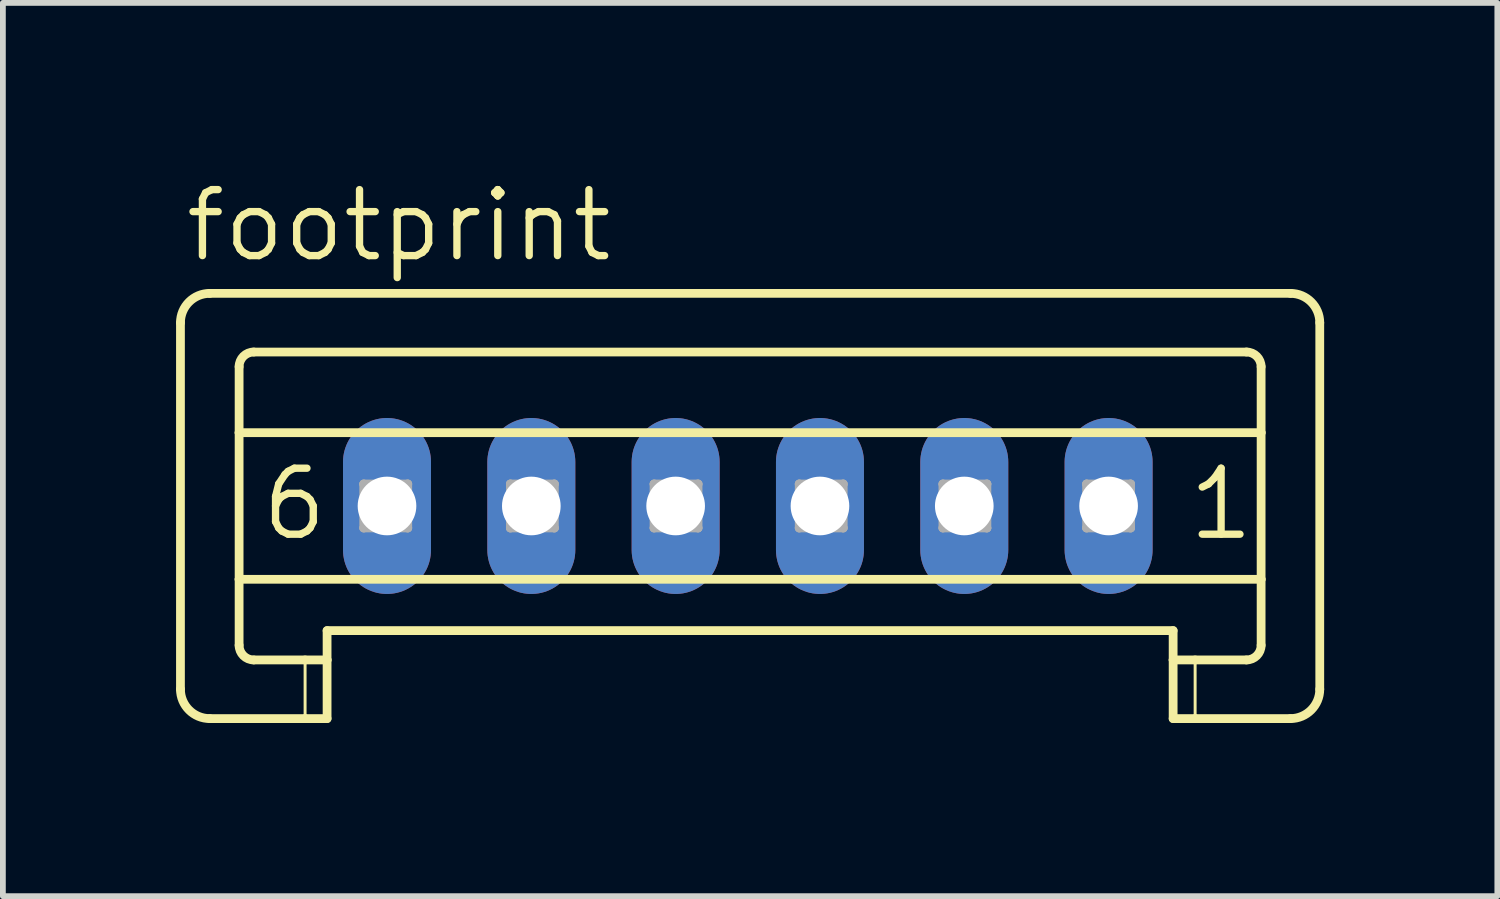
<source format=kicad_pcb>
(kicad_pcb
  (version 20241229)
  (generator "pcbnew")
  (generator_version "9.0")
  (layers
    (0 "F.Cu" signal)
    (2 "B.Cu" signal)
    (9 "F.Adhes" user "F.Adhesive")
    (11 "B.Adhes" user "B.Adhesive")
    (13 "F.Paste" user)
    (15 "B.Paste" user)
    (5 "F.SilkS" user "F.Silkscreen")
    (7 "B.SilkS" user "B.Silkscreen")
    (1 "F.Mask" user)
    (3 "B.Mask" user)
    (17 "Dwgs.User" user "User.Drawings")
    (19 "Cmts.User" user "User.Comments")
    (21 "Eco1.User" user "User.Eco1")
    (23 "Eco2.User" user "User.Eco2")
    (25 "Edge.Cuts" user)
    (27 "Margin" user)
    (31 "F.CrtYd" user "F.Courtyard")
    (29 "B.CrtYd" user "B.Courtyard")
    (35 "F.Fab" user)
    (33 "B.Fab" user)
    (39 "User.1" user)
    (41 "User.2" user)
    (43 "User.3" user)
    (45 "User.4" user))
  (footprint "footprint"
    (layer "F.Cu")
    (at 9.904 5.715)
    (property "Reference" "footprint" (at -9.803 -4.191 0) (layer "F.SilkS") (effects (font (size 1.143 1.143) (thickness 0.127)) (justify left bottom)))
    (fp_line (start -9.828 -3.175) (end -9.828 3.175) (stroke (width 0.152) (type solid)) (layer "F.SilkS"))
    (fp_line (start -9.32 -3.683) (end 9.4 -3.683) (stroke (width 0.152) (type solid)) (layer "F.SilkS"))
    (fp_line (start -8.812 -1.27) (end -8.812 -2.413) (stroke (width 0.152) (type solid)) (layer "F.SilkS"))
    (fp_line (start -8.812 -1.27) (end 8.892 -1.27) (stroke (width 0.152) (type solid)) (layer "F.SilkS"))
    (fp_line (start -8.812 1.27) (end -8.812 -1.27) (stroke (width 0.152) (type solid)) (layer "F.SilkS"))
    (fp_line (start -8.812 1.27) (end 8.892 1.27) (stroke (width 0.152) (type solid)) (layer "F.SilkS"))
    (fp_line (start -8.812 2.413) (end -8.812 1.27) (stroke (width 0.152) (type solid)) (layer "F.SilkS"))
    (fp_line (start -8.558 -2.667) (end 8.638 -2.667) (stroke (width 0.152) (type solid)) (layer "F.SilkS"))
    (fp_line (start -8.558 2.667) (end -7.669 2.667) (stroke (width 0.152) (type solid)) (layer "F.SilkS"))
    (fp_line (start -7.669 2.667) (end -7.669 3.683) (stroke (width 0.051) (type solid)) (layer "F.SilkS"))
    (fp_line (start -7.669 2.667) (end -7.288 2.667) (stroke (width 0.152) (type solid)) (layer "F.SilkS"))
    (fp_line (start -7.669 3.683) (end -9.32 3.683) (stroke (width 0.152) (type solid)) (layer "F.SilkS"))
    (fp_line (start -7.288 2.159) (end 7.368 2.159) (stroke (width 0.152) (type solid)) (layer "F.SilkS"))
    (fp_line (start -7.288 2.667) (end -7.288 2.159) (stroke (width 0.152) (type solid)) (layer "F.SilkS"))
    (fp_line (start -7.288 2.667) (end -7.288 3.683) (stroke (width 0.152) (type solid)) (layer "F.SilkS"))
    (fp_line (start -7.288 3.683) (end -7.669 3.683) (stroke (width 0.152) (type solid)) (layer "F.SilkS"))
    (fp_line (start 7.368 2.667) (end 7.368 2.159) (stroke (width 0.152) (type solid)) (layer "F.SilkS"))
    (fp_line (start 7.368 2.667) (end 7.749 2.667) (stroke (width 0.152) (type solid)) (layer "F.SilkS"))
    (fp_line (start 7.368 3.683) (end 7.368 2.667) (stroke (width 0.152) (type solid)) (layer "F.SilkS"))
    (fp_line (start 7.749 2.667) (end 7.749 3.683) (stroke (width 0.051) (type solid)) (layer "F.SilkS"))
    (fp_line (start 7.749 2.667) (end 8.638 2.667) (stroke (width 0.152) (type solid)) (layer "F.SilkS"))
    (fp_line (start 7.749 3.683) (end 7.368 3.683) (stroke (width 0.152) (type solid)) (layer "F.SilkS"))
    (fp_line (start 8.892 -1.27) (end 8.892 -2.413) (stroke (width 0.152) (type solid)) (layer "F.SilkS"))
    (fp_line (start 8.892 1.27) (end 8.892 -1.27) (stroke (width 0.152) (type solid)) (layer "F.SilkS"))
    (fp_line (start 8.892 2.413) (end 8.892 1.27) (stroke (width 0.152) (type solid)) (layer "F.SilkS"))
    (fp_line (start 9.4 3.683) (end 7.749 3.683) (stroke (width 0.152) (type solid)) (layer "F.SilkS"))
    (fp_line (start 9.908 -3.175) (end 9.908 3.175) (stroke (width 0.152) (type solid)) (layer "F.SilkS"))
    (fp_arc (start -9.828 -3.175) (mid -9.67921 -3.53421) (end -9.32 -3.683) (stroke (width 0.1524) (type solid)) (layer "F.SilkS"))
    (fp_arc (start -9.32 3.683) (mid -9.67921 3.53421) (end -9.828 3.175) (stroke (width 0.1524) (type solid)) (layer "F.SilkS"))
    (fp_arc (start -8.812 -2.413) (mid -8.737605 -2.592605) (end -8.558 -2.667) (stroke (width 0.1524) (type solid)) (layer "F.SilkS"))
    (fp_arc (start -8.558 2.667) (mid -8.737605 2.592605) (end -8.812 2.413) (stroke (width 0.1524) (type solid)) (layer "F.SilkS"))
    (fp_arc (start 8.638 -2.667) (mid 8.817605 -2.592605) (end 8.892 -2.413) (stroke (width 0.1524) (type solid)) (layer "F.SilkS"))
    (fp_arc (start 8.892 2.413) (mid 8.817605 2.592605) (end 8.638 2.667) (stroke (width 0.1524) (type solid)) (layer "F.SilkS"))
    (fp_arc (start 9.4 -3.683) (mid 9.75921 -3.53421) (end 9.908 -3.175) (stroke (width 0.1524) (type solid)) (layer "F.SilkS"))
    (fp_arc (start 9.908 3.175) (mid 9.75921 3.53421) (end 9.4 3.683) (stroke (width 0.1524) (type solid)) (layer "F.SilkS"))
    (fp_line (start -6.653 -0.381) (end -6.653 0.381) (stroke (width 0.152) (type solid)) (layer "F.Fab"))
    (fp_line (start -6.653 -0.381) (end -5.891 0.381) (stroke (width 0.152) (type solid)) (layer "F.Fab"))
    (fp_line (start -6.653 0.381) (end -5.891 0.381) (stroke (width 0.152) (type solid)) (layer "F.Fab"))
    (fp_line (start -5.891 -0.381) (end -6.653 -0.381) (stroke (width 0.152) (type solid)) (layer "F.Fab"))
    (fp_line (start -5.891 -0.381) (end -6.653 0.381) (stroke (width 0.152) (type solid)) (layer "F.Fab"))
    (fp_line (start -5.891 0.381) (end -5.891 -0.381) (stroke (width 0.152) (type solid)) (layer "F.Fab"))
    (fp_line (start -4.113 -0.381) (end -4.113 0.381) (stroke (width 0.152) (type solid)) (layer "F.Fab"))
    (fp_line (start -4.113 -0.381) (end -3.351 0.381) (stroke (width 0.152) (type solid)) (layer "F.Fab"))
    (fp_line (start -4.113 0.381) (end -3.351 0.381) (stroke (width 0.152) (type solid)) (layer "F.Fab"))
    (fp_line (start -3.351 -0.381) (end -4.113 -0.381) (stroke (width 0.152) (type solid)) (layer "F.Fab"))
    (fp_line (start -3.351 -0.381) (end -4.113 0.381) (stroke (width 0.152) (type solid)) (layer "F.Fab"))
    (fp_line (start -3.351 0.381) (end -3.351 -0.381) (stroke (width 0.152) (type solid)) (layer "F.Fab"))
    (fp_line (start -1.624 -0.381) (end -1.624 0.381) (stroke (width 0.152) (type solid)) (layer "F.Fab"))
    (fp_line (start -1.624 -0.381) (end -0.862 0.381) (stroke (width 0.152) (type solid)) (layer "F.Fab"))
    (fp_line (start -1.624 0.381) (end -0.862 0.381) (stroke (width 0.152) (type solid)) (layer "F.Fab"))
    (fp_line (start -0.862 -0.381) (end -1.624 -0.381) (stroke (width 0.152) (type solid)) (layer "F.Fab"))
    (fp_line (start -0.862 -0.381) (end -1.624 0.381) (stroke (width 0.152) (type solid)) (layer "F.Fab"))
    (fp_line (start -0.862 0.381) (end -0.862 -0.381) (stroke (width 0.152) (type solid)) (layer "F.Fab"))
    (fp_line (start 0.891 -0.381) (end 0.891 0.381) (stroke (width 0.152) (type solid)) (layer "F.Fab"))
    (fp_line (start 0.891 -0.381) (end 1.653 0.381) (stroke (width 0.152) (type solid)) (layer "F.Fab"))
    (fp_line (start 0.891 0.381) (end 1.653 0.381) (stroke (width 0.152) (type solid)) (layer "F.Fab"))
    (fp_line (start 1.653 -0.381) (end 0.891 -0.381) (stroke (width 0.152) (type solid)) (layer "F.Fab"))
    (fp_line (start 1.653 -0.381) (end 0.891 0.381) (stroke (width 0.152) (type solid)) (layer "F.Fab"))
    (fp_line (start 1.653 0.381) (end 1.653 -0.381) (stroke (width 0.152) (type solid)) (layer "F.Fab"))
    (fp_line (start 3.38 -0.381) (end 3.38 0.381) (stroke (width 0.152) (type solid)) (layer "F.Fab"))
    (fp_line (start 3.38 -0.381) (end 4.142 0.381) (stroke (width 0.152) (type solid)) (layer "F.Fab"))
    (fp_line (start 3.38 0.381) (end 4.142 0.381) (stroke (width 0.152) (type solid)) (layer "F.Fab"))
    (fp_line (start 4.142 -0.381) (end 3.38 -0.381) (stroke (width 0.152) (type solid)) (layer "F.Fab"))
    (fp_line (start 4.142 -0.381) (end 3.38 0.381) (stroke (width 0.152) (type solid)) (layer "F.Fab"))
    (fp_line (start 4.142 0.381) (end 4.142 -0.381) (stroke (width 0.152) (type solid)) (layer "F.Fab"))
    (fp_line (start 5.869 -0.381) (end 5.869 0.381) (stroke (width 0.152) (type solid)) (layer "F.Fab"))
    (fp_line (start 5.869 -0.381) (end 6.631 0.381) (stroke (width 0.152) (type solid)) (layer "F.Fab"))
    (fp_line (start 5.869 0.381) (end 6.631 0.381) (stroke (width 0.152) (type solid)) (layer "F.Fab"))
    (fp_line (start 6.631 -0.381) (end 5.869 -0.381) (stroke (width 0.152) (type solid)) (layer "F.Fab"))
    (fp_line (start 6.631 -0.381) (end 5.869 0.381) (stroke (width 0.152) (type solid)) (layer "F.Fab"))
    (fp_line (start 6.631 0.381) (end 6.631 -0.381) (stroke (width 0.152) (type solid)) (layer "F.Fab"))
    (fp_text user "1" (at 7.571 0.635 0) (layer "F.SilkS") (effects (font (size 1.143 1.143) (thickness 0.127)) (justify left bottom)))
    (fp_text user "6" (at -8.482 0.635 0) (layer "F.SilkS") (effects (font (size 1.143 1.143) (thickness 0.127)) (justify left bottom)))
    (pad "1" thru_hole oval (at 6.25 0 90) (size 3.048 1.524) (drill 1.016) (layers "*.Cu" "*.Mask"))
    (pad "2" thru_hole oval (at 3.75 0 90) (size 3.048 1.524) (drill 1.016) (layers "*.Cu" "*.Mask"))
    (pad "3" thru_hole oval (at 1.25 0 90) (size 3.048 1.524) (drill 1.016) (layers "*.Cu" "*.Mask"))
    (pad "4" thru_hole oval (at -1.25 0 90) (size 3.048 1.524) (drill 1.016) (layers "*.Cu" "*.Mask"))
    (pad "5" thru_hole oval (at -3.75 0 90) (size 3.048 1.524) (drill 1.016) (layers "*.Cu" "*.Mask"))
    (pad "6" thru_hole oval (at -6.25 0 90) (size 3.048 1.524) (drill 1.016) (layers "*.Cu" "*.Mask")))
  (gr_rect
    (start -3 -3)
    (end 22.888 12.474)
    (stroke (width 0.1) (type default))
    (fill no)
    (layer "Edge.Cuts")))
</source>
